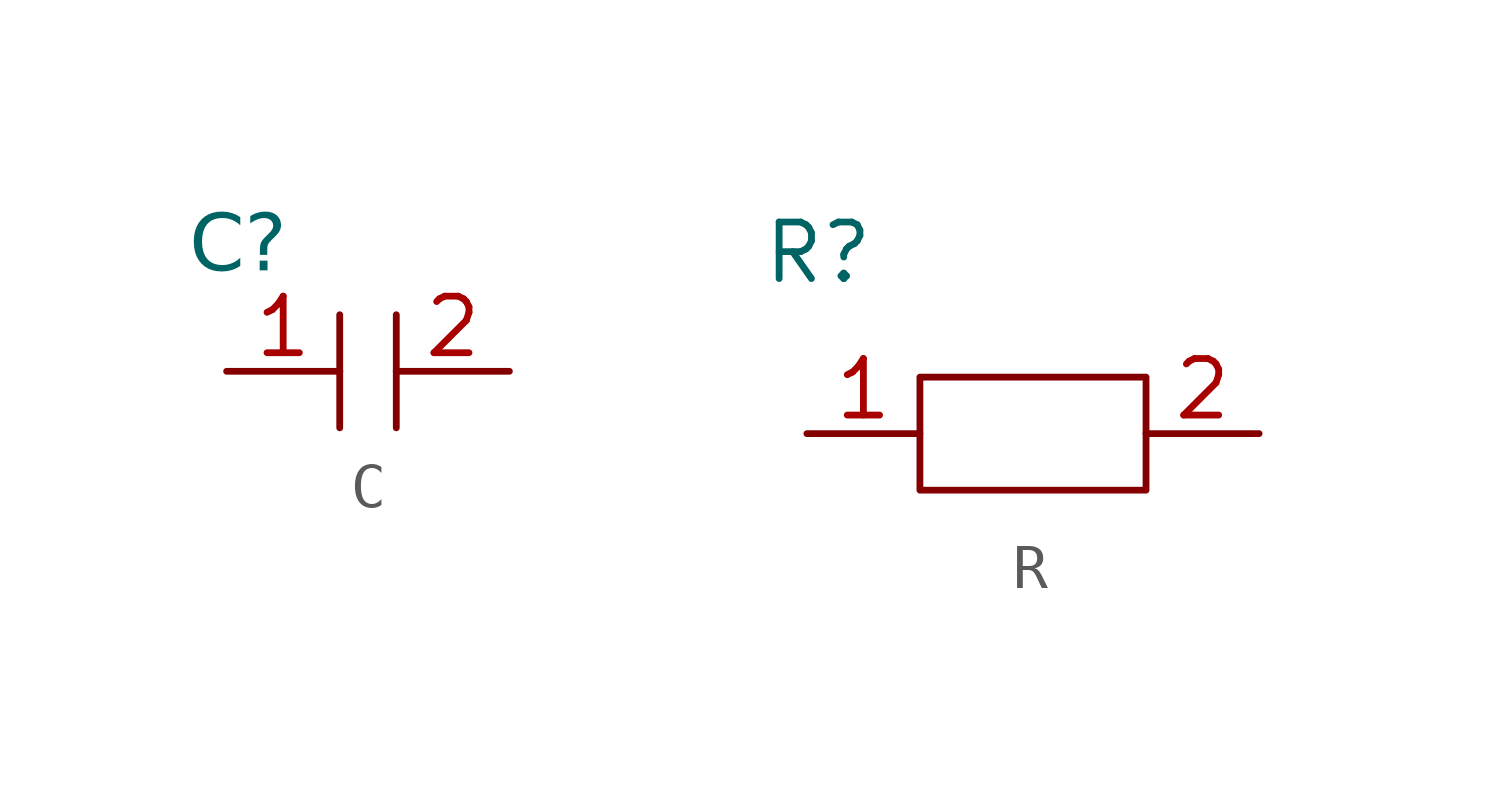
<source format=kicad_sym>
(kicad_symbol_lib
  (version 20241209)
  (generator "kicad_symbol_editor")
  (generator_version "9.0")
  (symbol "C"
    (property "Reference" "C"
      (at -4.826 2.794 0)
      (effects (font (face "Noto Sans") (size 1.27 1.27))))
    (property "Value" ""
      (at 0 0 0)
      (effects (font (size 1.27 1.27))))
    (symbol "C_0_1"
      (polyline (pts (xy -2.54 1.27) (xy -2.54 0)) (stroke (width 0) (type default)) (fill (type none)))
      (polyline (pts (xy -2.54 0) (xy -2.54 0)) (stroke (width 0) (type default)) (fill (type none)))
      (polyline (pts (xy -2.54 0) (xy -2.54 -1.27)) (stroke (width 0) (type default)) (fill (type none)))
      (polyline (pts (xy -1.27 0) (xy -1.27 1.27)) (stroke (width 0) (type default)) (fill (type none)))
      (polyline (pts (xy -1.27 0) (xy -1.27 -1.27)) (stroke (width 0) (type default)) (fill (type none))))
    (symbol "C_1_1"
      (pin passive line (at -5.08 0 0) (length 2.54) (name "~" (effects (font (size 1.27 1.27)))) (number "1" (effects (font (size 1.27 1.27)))))
      (pin passive line (at 1.27 0 180) (length 2.54) (name "~" (effects (font (size 1.27 1.27)))) (number "2" (effects (font (size 1.27 1.27)))))))
  (symbol "R"
    (property "Reference" "R"
      (at -2.286 5.334 0)
      (effects (font (size 1.27 1.27))))
    (property "Value" ""
      (at 0 0 0)
      (effects (font (size 1.27 1.27))))
    (symbol "R_0_1"
      (rectangle (start 0 2.54) (end 5.08 0) (stroke (width 0) (type default)) (fill (type none))))
    (symbol "R_1_1"
      (pin passive line (at -2.54 1.27 0) (length 2.54) (name "~" (effects (font (size 1.27 1.27)))) (number "1" (effects (font (size 1.27 1.27)))))
      (pin passive line (at 7.62 1.27 180) (length 2.54) (name "~" (effects (font (size 1.27 1.27)))) (number "2" (effects (font (size 1.27 1.27))))))))
</source>
